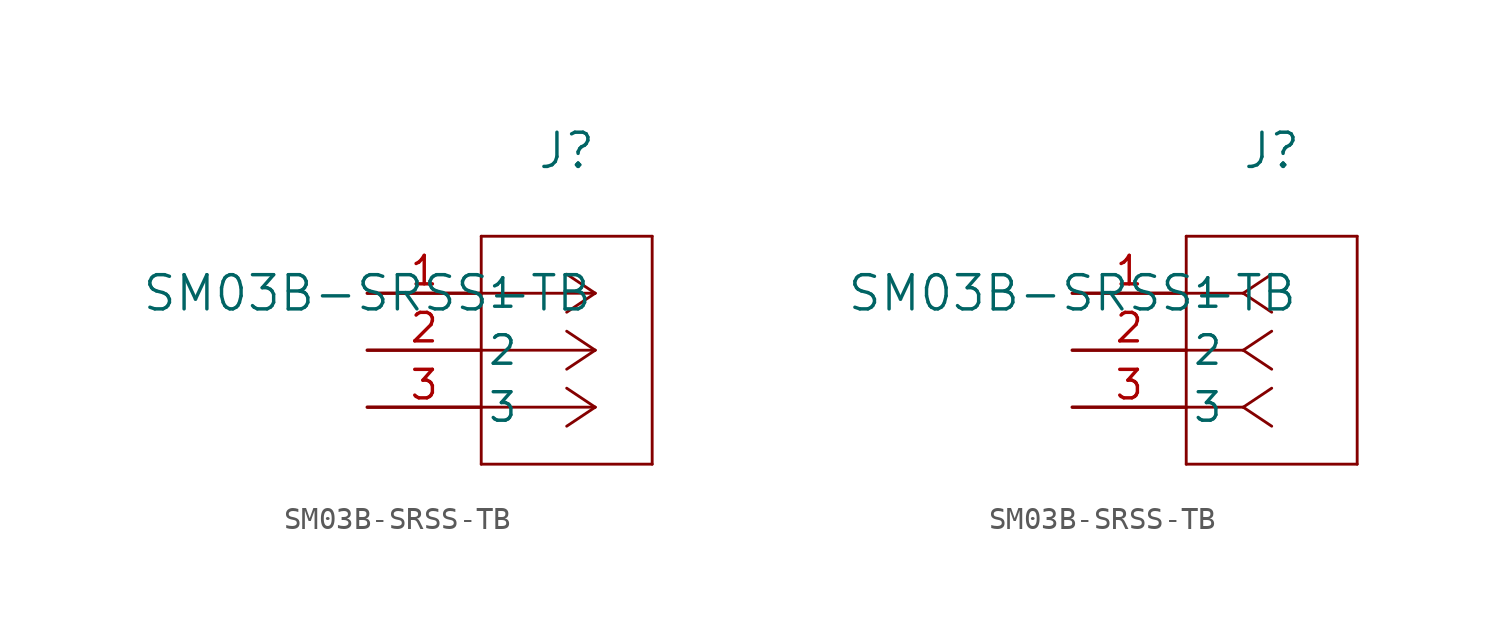
<source format=kicad_sym>
(kicad_symbol_lib
  (version 20241209)
  (generator "kicad_symbol_editor")
  (generator_version "9.0")
  (symbol "SM03B-SRSS-TB"
    (pin_names
      (offset 0.254))
    (property "Reference" "J"
      (at 8.89 6.35 0)
      (effects (font (size 1.524 1.524))))
    (property "Value" "SM03B-SRSS-TB"
      (at 0 0 0)
      (effects (font (size 1.524 1.524))))
    (property "ki_locked" ""
      (at 0 0 0)
      (effects (font (size 1.27 1.27))))
    (symbol "SM03B-SRSS-TB_1_1"
      (polyline (pts (xy 5.08 2.54) (xy 5.08 -7.62)) (stroke (width 0.127) (type default)) (fill (type none)))
      (polyline (pts (xy 5.08 -7.62) (xy 12.7 -7.62)) (stroke (width 0.127) (type default)) (fill (type none)))
      (polyline (pts (xy 10.16 0) (xy 5.08 0)) (stroke (width 0.127) (type default)) (fill (type none)))
      (polyline (pts (xy 10.16 0) (xy 8.89 0.847)) (stroke (width 0.127) (type default)) (fill (type none)))
      (polyline (pts (xy 10.16 0) (xy 8.89 -0.847)) (stroke (width 0.127) (type default)) (fill (type none)))
      (polyline (pts (xy 10.16 -2.54) (xy 5.08 -2.54)) (stroke (width 0.127) (type default)) (fill (type none)))
      (polyline (pts (xy 10.16 -2.54) (xy 8.89 -1.693)) (stroke (width 0.127) (type default)) (fill (type none)))
      (polyline (pts (xy 10.16 -2.54) (xy 8.89 -3.387)) (stroke (width 0.127) (type default)) (fill (type none)))
      (polyline (pts (xy 10.16 -5.08) (xy 5.08 -5.08)) (stroke (width 0.127) (type default)) (fill (type none)))
      (polyline (pts (xy 10.16 -5.08) (xy 8.89 -4.233)) (stroke (width 0.127) (type default)) (fill (type none)))
      (polyline (pts (xy 10.16 -5.08) (xy 8.89 -5.927)) (stroke (width 0.127) (type default)) (fill (type none)))
      (polyline (pts (xy 12.7 2.54) (xy 5.08 2.54)) (stroke (width 0.127) (type default)) (fill (type none)))
      (polyline (pts (xy 12.7 -7.62) (xy 12.7 2.54)) (stroke (width 0.127) (type default)) (fill (type none)))
      (pin unspecified line (at 0 0 0) (length 5.08) (name "1" (effects (font (size 1.27 1.27)))) (number "1" (effects (font (size 1.27 1.27)))))
      (pin unspecified line (at 0 -2.54 0) (length 5.08) (name "2" (effects (font (size 1.27 1.27)))) (number "2" (effects (font (size 1.27 1.27)))))
      (pin unspecified line (at 0 -5.08 0) (length 5.08) (name "3" (effects (font (size 1.27 1.27)))) (number "3" (effects (font (size 1.27 1.27))))))
    (symbol "SM03B-SRSS-TB_1_2"
      (polyline (pts (xy 5.08 2.54) (xy 5.08 -7.62)) (stroke (width 0.127) (type default)) (fill (type none)))
      (polyline (pts (xy 5.08 -7.62) (xy 12.7 -7.62)) (stroke (width 0.127) (type default)) (fill (type none)))
      (polyline (pts (xy 7.62 0) (xy 5.08 0)) (stroke (width 0.127) (type default)) (fill (type none)))
      (polyline (pts (xy 7.62 0) (xy 8.89 0.847)) (stroke (width 0.127) (type default)) (fill (type none)))
      (polyline (pts (xy 7.62 0) (xy 8.89 -0.847)) (stroke (width 0.127) (type default)) (fill (type none)))
      (polyline (pts (xy 7.62 -2.54) (xy 5.08 -2.54)) (stroke (width 0.127) (type default)) (fill (type none)))
      (polyline (pts (xy 7.62 -2.54) (xy 8.89 -1.693)) (stroke (width 0.127) (type default)) (fill (type none)))
      (polyline (pts (xy 7.62 -2.54) (xy 8.89 -3.387)) (stroke (width 0.127) (type default)) (fill (type none)))
      (polyline (pts (xy 7.62 -5.08) (xy 5.08 -5.08)) (stroke (width 0.127) (type default)) (fill (type none)))
      (polyline (pts (xy 7.62 -5.08) (xy 8.89 -4.233)) (stroke (width 0.127) (type default)) (fill (type none)))
      (polyline (pts (xy 7.62 -5.08) (xy 8.89 -5.927)) (stroke (width 0.127) (type default)) (fill (type none)))
      (polyline (pts (xy 12.7 2.54) (xy 5.08 2.54)) (stroke (width 0.127) (type default)) (fill (type none)))
      (polyline (pts (xy 12.7 -7.62) (xy 12.7 2.54)) (stroke (width 0.127) (type default)) (fill (type none)))
      (pin unspecified line (at 0 0 0) (length 5.08) (name "1" (effects (font (size 1.27 1.27)))) (number "1" (effects (font (size 1.27 1.27)))))
      (pin unspecified line (at 0 -2.54 0) (length 5.08) (name "2" (effects (font (size 1.27 1.27)))) (number "2" (effects (font (size 1.27 1.27)))))
      (pin unspecified line (at 0 -5.08 0) (length 5.08) (name "3" (effects (font (size 1.27 1.27)))) (number "3" (effects (font (size 1.27 1.27))))))))
</source>
